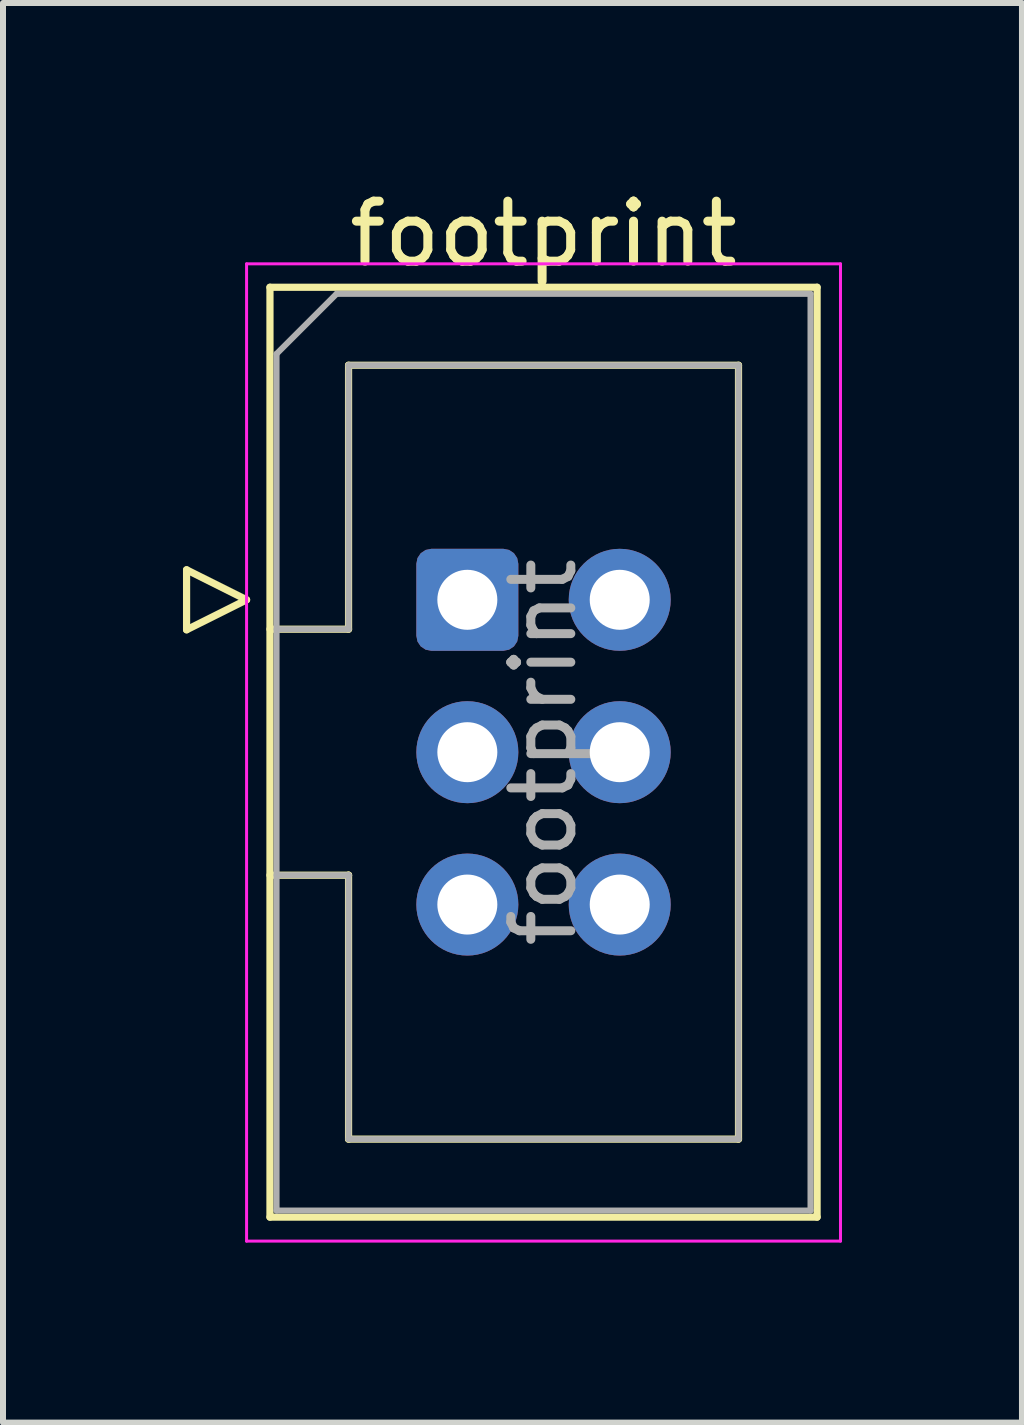
<source format=kicad_pcb>
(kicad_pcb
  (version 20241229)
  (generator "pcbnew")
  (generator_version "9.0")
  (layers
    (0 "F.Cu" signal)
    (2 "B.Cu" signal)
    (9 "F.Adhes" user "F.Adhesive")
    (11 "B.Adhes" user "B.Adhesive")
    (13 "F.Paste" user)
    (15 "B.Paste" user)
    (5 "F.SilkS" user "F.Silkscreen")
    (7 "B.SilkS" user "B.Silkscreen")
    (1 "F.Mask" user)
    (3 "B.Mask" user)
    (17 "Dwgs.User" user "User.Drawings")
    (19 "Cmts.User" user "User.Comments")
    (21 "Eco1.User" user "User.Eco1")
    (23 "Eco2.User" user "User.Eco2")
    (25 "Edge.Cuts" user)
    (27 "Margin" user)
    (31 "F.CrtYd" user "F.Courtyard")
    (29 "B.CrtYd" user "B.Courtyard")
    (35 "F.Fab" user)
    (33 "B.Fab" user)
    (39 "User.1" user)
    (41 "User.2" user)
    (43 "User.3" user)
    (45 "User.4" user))
  (footprint "footprint"
    (layer "F.Cu")
    (at 4.74 6.948)
    (property "Reference" "footprint" (at 1.27 -6.1 0) (layer "F.SilkS") (effects (font (size 1 1) (thickness 0.15))))
    (attr through_hole)
    (fp_line (start -4.68 -0.5) (end -4.68 0.5) (stroke (width 0.12) (type solid)) (layer "F.SilkS"))
    (fp_line (start -4.68 0.5) (end -3.68 0) (stroke (width 0.12) (type solid)) (layer "F.SilkS"))
    (fp_line (start -3.68 0) (end -4.68 -0.5) (stroke (width 0.12) (type solid)) (layer "F.SilkS"))
    (fp_line (start -3.29 -5.21) (end 5.83 -5.21) (stroke (width 0.12) (type solid)) (layer "F.SilkS"))
    (fp_line (start -3.29 0.49) (end -1.98 0.49) (stroke (width 0.12) (type solid)) (layer "F.SilkS"))
    (fp_line (start -3.29 10.29) (end -3.29 -5.21) (stroke (width 0.12) (type solid)) (layer "F.SilkS"))
    (fp_line (start -1.98 -3.91) (end 4.52 -3.91) (stroke (width 0.12) (type solid)) (layer "F.SilkS"))
    (fp_line (start -1.98 0.49) (end -1.98 -3.91) (stroke (width 0.12) (type solid)) (layer "F.SilkS"))
    (fp_line (start -1.98 4.59) (end -3.29 4.59) (stroke (width 0.12) (type solid)) (layer "F.SilkS"))
    (fp_line (start -1.98 4.59) (end -1.98 4.59) (stroke (width 0.12) (type solid)) (layer "F.SilkS"))
    (fp_line (start -1.98 8.99) (end -1.98 4.59) (stroke (width 0.12) (type solid)) (layer "F.SilkS"))
    (fp_line (start 4.52 -3.91) (end 4.52 8.99) (stroke (width 0.12) (type solid)) (layer "F.SilkS"))
    (fp_line (start 4.52 8.99) (end -1.98 8.99) (stroke (width 0.12) (type solid)) (layer "F.SilkS"))
    (fp_line (start 5.83 -5.21) (end 5.83 10.29) (stroke (width 0.12) (type solid)) (layer "F.SilkS"))
    (fp_line (start 5.83 10.29) (end -3.29 10.29) (stroke (width 0.12) (type solid)) (layer "F.SilkS"))
    (fp_line (start -3.68 -5.6) (end -3.68 10.69) (stroke (width 0.05) (type solid)) (layer "F.CrtYd"))
    (fp_line (start -3.68 10.69) (end 6.22 10.69) (stroke (width 0.05) (type solid)) (layer "F.CrtYd"))
    (fp_line (start 6.22 -5.6) (end -3.68 -5.6) (stroke (width 0.05) (type solid)) (layer "F.CrtYd"))
    (fp_line (start 6.22 10.69) (end 6.22 -5.6) (stroke (width 0.05) (type solid)) (layer "F.CrtYd"))
    (fp_line (start -3.18 -4.1) (end -2.18 -5.1) (stroke (width 0.1) (type solid)) (layer "F.Fab"))
    (fp_line (start -3.18 0.49) (end -1.98 0.49) (stroke (width 0.1) (type solid)) (layer "F.Fab"))
    (fp_line (start -3.18 10.18) (end -3.18 -4.1) (stroke (width 0.1) (type solid)) (layer "F.Fab"))
    (fp_line (start -2.18 -5.1) (end 5.72 -5.1) (stroke (width 0.1) (type solid)) (layer "F.Fab"))
    (fp_line (start -1.98 -3.91) (end 4.52 -3.91) (stroke (width 0.1) (type solid)) (layer "F.Fab"))
    (fp_line (start -1.98 0.49) (end -1.98 -3.91) (stroke (width 0.1) (type solid)) (layer "F.Fab"))
    (fp_line (start -1.98 4.59) (end -3.18 4.59) (stroke (width 0.1) (type solid)) (layer "F.Fab"))
    (fp_line (start -1.98 4.59) (end -1.98 4.59) (stroke (width 0.1) (type solid)) (layer "F.Fab"))
    (fp_line (start -1.98 8.99) (end -1.98 4.59) (stroke (width 0.1) (type solid)) (layer "F.Fab"))
    (fp_line (start 4.52 -3.91) (end 4.52 8.99) (stroke (width 0.1) (type solid)) (layer "F.Fab"))
    (fp_line (start 4.52 8.99) (end -1.98 8.99) (stroke (width 0.1) (type solid)) (layer "F.Fab"))
    (fp_line (start 5.72 -5.1) (end 5.72 10.18) (stroke (width 0.1) (type solid)) (layer "F.Fab"))
    (fp_line (start 5.72 10.18) (end -3.18 10.18) (stroke (width 0.1) (type solid)) (layer "F.Fab"))
    (fp_text user "${REFERENCE}" (at 1.27 2.54 90) (layer "F.Fab") (effects (font (size 1 1) (thickness 0.15))))
    (pad "1" thru_hole roundrect (at 0 0) (size 1.7 1.7) (drill 1) (layers "*.Cu" "*.Mask") (roundrect_rratio 0.147))
    (pad "2" thru_hole circle (at 2.54 0) (size 1.7 1.7) (drill 1) (layers "*.Cu" "*.Mask"))
    (pad "3" thru_hole circle (at 0 2.54) (size 1.7 1.7) (drill 1) (layers "*.Cu" "*.Mask"))
    (pad "4" thru_hole circle (at 2.54 2.54) (size 1.7 1.7) (drill 1) (layers "*.Cu" "*.Mask"))
    (pad "5" thru_hole circle (at 0 5.08) (size 1.7 1.7) (drill 1) (layers "*.Cu" "*.Mask"))
    (pad "6" thru_hole circle (at 2.54 5.08) (size 1.7 1.7) (drill 1) (layers "*.Cu" "*.Mask")))
  (gr_rect
    (start -3 -3)
    (end 13.985 20.663)
    (stroke (width 0.1) (type default))
    (fill no)
    (layer "Edge.Cuts")))
</source>
